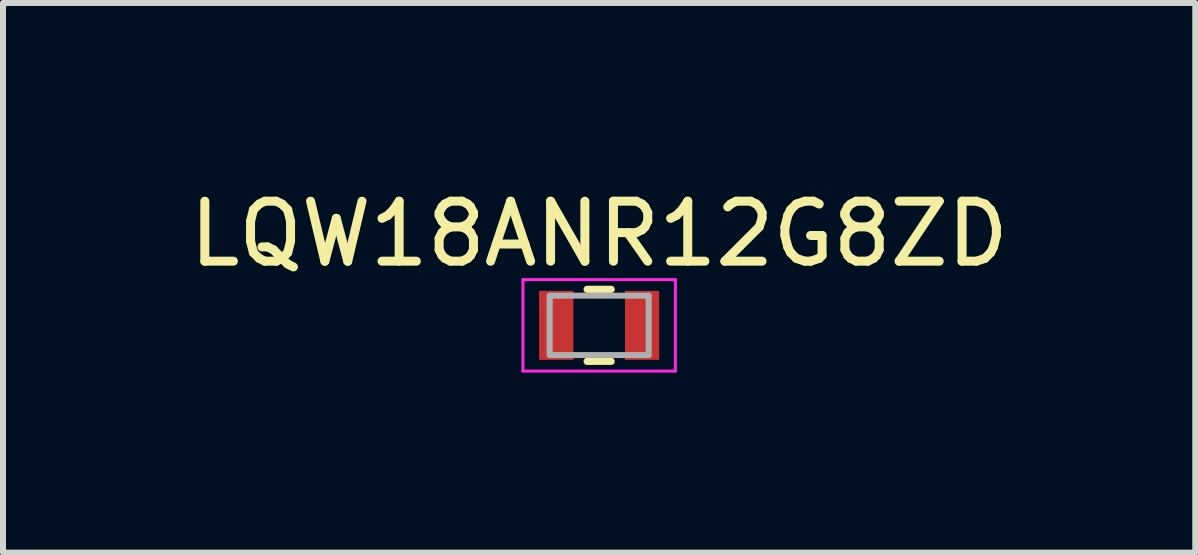
<source format=kicad_pcb>
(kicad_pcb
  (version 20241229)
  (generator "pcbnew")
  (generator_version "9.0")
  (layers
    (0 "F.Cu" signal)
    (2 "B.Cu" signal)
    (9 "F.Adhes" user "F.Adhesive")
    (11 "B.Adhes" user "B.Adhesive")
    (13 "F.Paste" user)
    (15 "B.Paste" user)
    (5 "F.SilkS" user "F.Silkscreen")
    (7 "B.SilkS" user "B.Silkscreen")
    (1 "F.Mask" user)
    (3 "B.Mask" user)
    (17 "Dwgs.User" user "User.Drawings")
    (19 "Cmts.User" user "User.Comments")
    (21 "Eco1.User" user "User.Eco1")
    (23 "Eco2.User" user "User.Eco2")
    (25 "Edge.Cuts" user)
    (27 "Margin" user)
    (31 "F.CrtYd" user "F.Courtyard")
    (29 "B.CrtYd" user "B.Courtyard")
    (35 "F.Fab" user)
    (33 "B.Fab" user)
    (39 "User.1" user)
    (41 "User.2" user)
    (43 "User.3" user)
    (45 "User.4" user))
  (footprint "LQW18ANR12G8ZD"
    (layer "F.Cu")
    (at 6.935 2.372)
    (property "Reference" "LQW18ANR12G8ZD" (at 0 -1.524 0) (layer "F.SilkS") (effects (font (size 1 1) (thickness 0.15))))
    (attr smd)
    (fp_line (start -0.2 -0.6) (end 0.2 -0.6) (stroke (width 0.12) (type solid)) (layer "F.SilkS"))
    (fp_line (start -0.2 0.6) (end 0.2 0.6) (stroke (width 0.12) (type solid)) (layer "F.SilkS"))
    (fp_line (start -1.27 -0.762) (end 1.27 -0.762) (stroke (width 0.05) (type solid)) (layer "F.CrtYd"))
    (fp_line (start -1.27 0.762) (end -1.27 -0.762) (stroke (width 0.05) (type solid)) (layer "F.CrtYd"))
    (fp_line (start -1.27 0.762) (end 1.27 0.762) (stroke (width 0.05) (type solid)) (layer "F.CrtYd"))
    (fp_line (start 1.27 0.762) (end 1.27 -0.762) (stroke (width 0.05) (type solid)) (layer "F.CrtYd"))
    (fp_line (start -0.825 -0.495) (end -0.825 0.495) (stroke (width 0.1) (type solid)) (layer "F.Fab"))
    (fp_line (start -0.825 -0.495) (end 0.825 -0.495) (stroke (width 0.1) (type solid)) (layer "F.Fab"))
    (fp_line (start -0.825 0.495) (end 0.825 0.495) (stroke (width 0.1) (type solid)) (layer "F.Fab"))
    (fp_line (start 0.825 -0.495) (end 0.825 0.495) (stroke (width 0.1) (type solid)) (layer "F.Fab"))
    (pad "1" smd rect (at -0.715 0) (size 0.57 1.15) (layers "F.Cu" "F.Mask" "F.Paste"))
    (pad "2" smd rect (at 0.715 0) (size 0.57 1.15) (layers "F.Cu" "F.Mask" "F.Paste")))
  (gr_rect
    (start -3 -3)
    (end 16.869 6.159)
    (stroke (width 0.1) (type default))
    (fill no)
    (layer "Edge.Cuts")))
</source>
